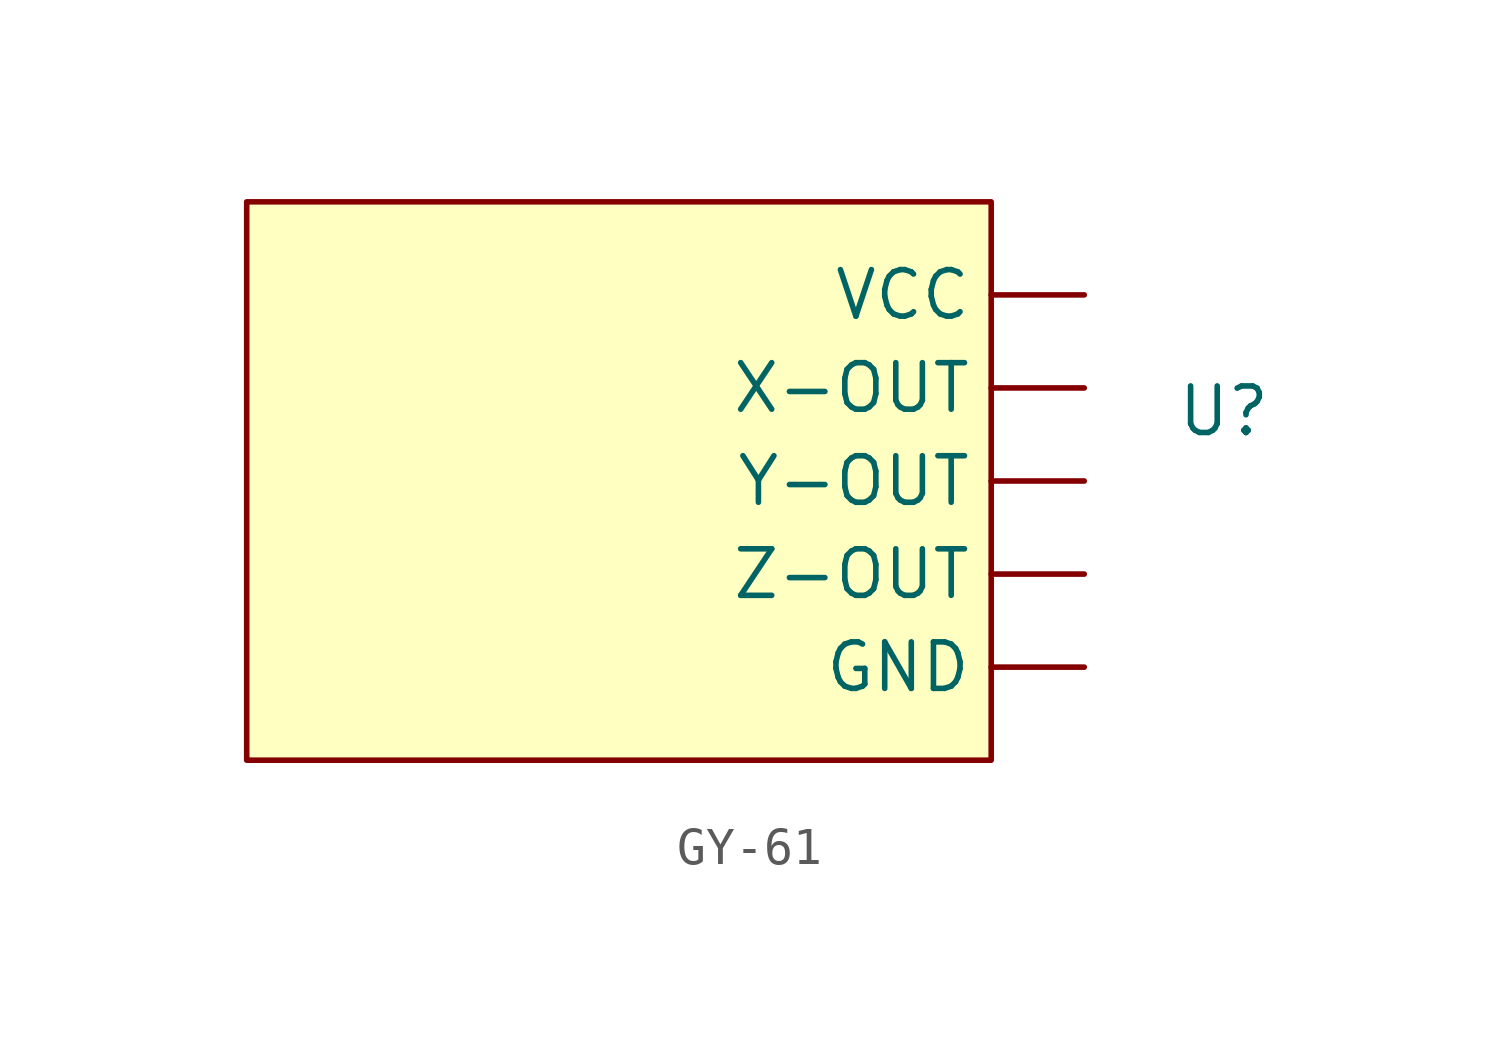
<source format=kicad_sym>
(kicad_symbol_lib
  (version 20220914)
  (generator kicad_symbol_editor)
  (symbol "GY-61"
    (property "Reference" "U"
      (at 16.51 1.905 0)
      (effects (font (size 1.27 1.27))))
    (property "Value" ""
      (at 0 -0.635 0)
      (effects (font (size 1.27 1.27))))
    (symbol "GY-61_1_1"
      (rectangle (start -10.16 7.62) (end 10.16 -7.62) (stroke (width 0) (type default)) (fill (type background)))
      (pin input line (at 12.7 -5.08 180) (length 2.54) (name "GND" (effects (font (size 1.27 1.27)))) (number "" (effects (font (size 1.27 1.27)))))
      (pin input line (at 12.7 5.08 180) (length 2.54) (name "VCC" (effects (font (size 1.27 1.27)))) (number "" (effects (font (size 1.27 1.27)))))
      (pin input line (at 12.7 2.54 180) (length 2.54) (name "X-OUT" (effects (font (size 1.27 1.27)))) (number "" (effects (font (size 1.27 1.27)))))
      (pin input line (at 12.7 0 180) (length 2.54) (name "Y-OUT" (effects (font (size 1.27 1.27)))) (number "" (effects (font (size 1.27 1.27)))))
      (pin input line (at 12.7 -2.54 180) (length 2.54) (name "Z-OUT" (effects (font (size 1.27 1.27)))) (number "" (effects (font (size 1.27 1.27))))))))
</source>
